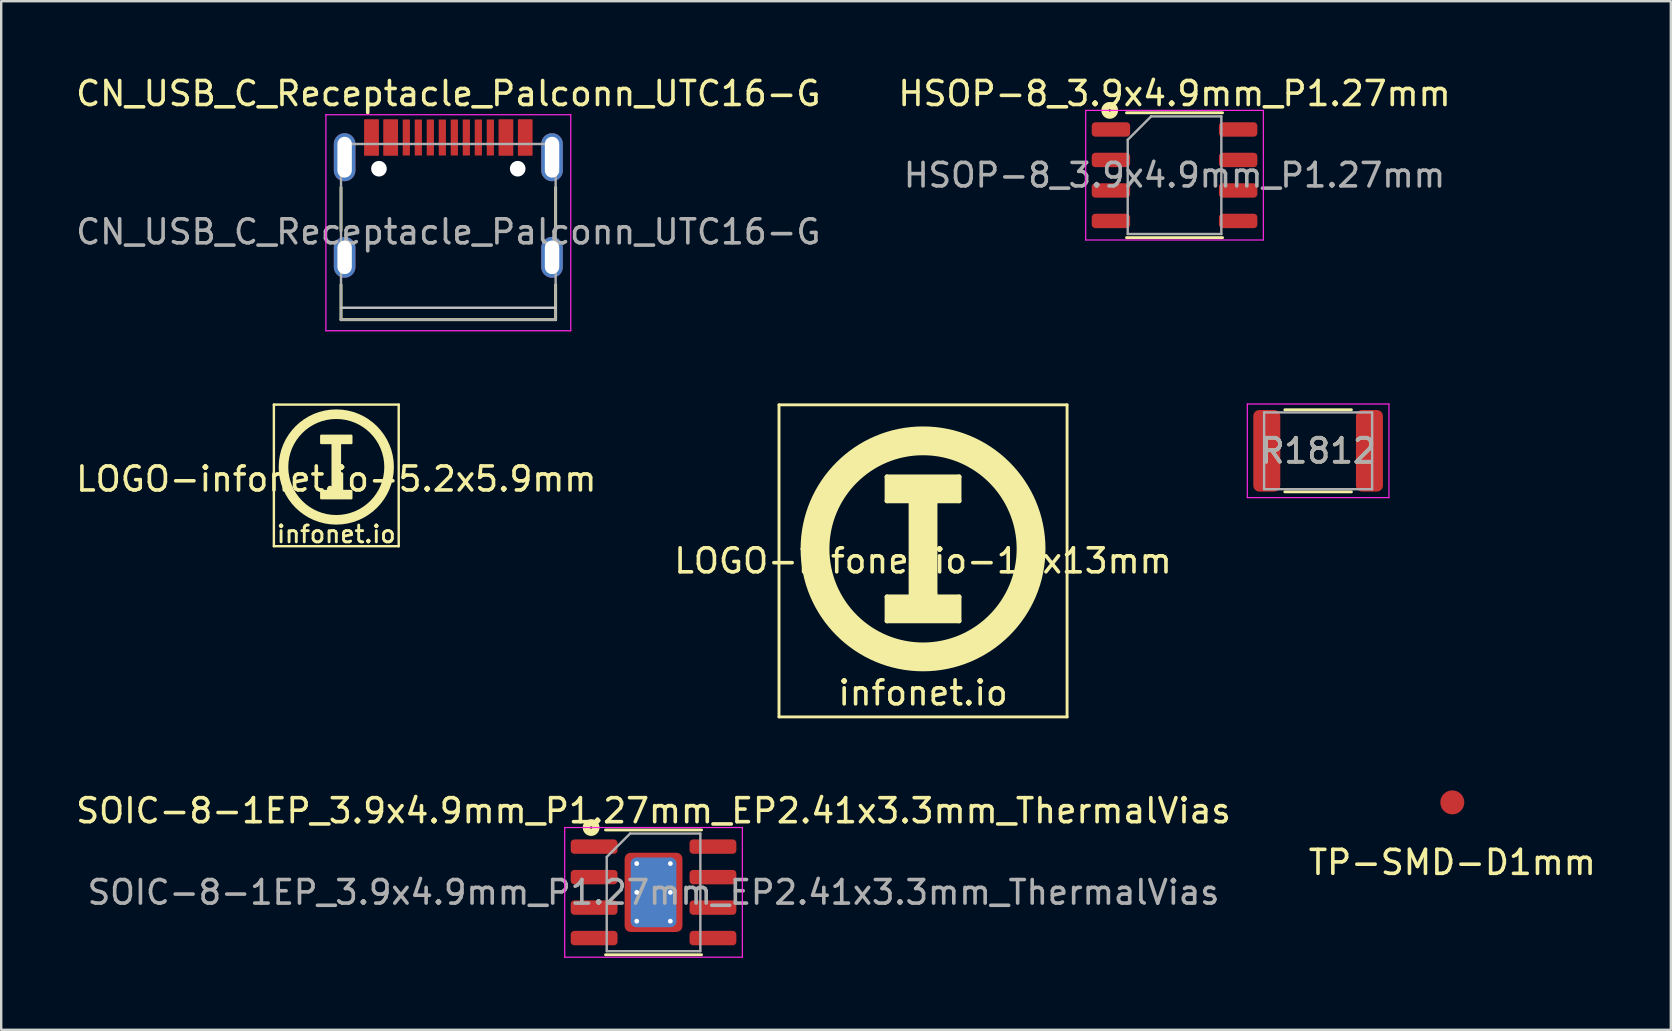
<source format=kicad_pcb>
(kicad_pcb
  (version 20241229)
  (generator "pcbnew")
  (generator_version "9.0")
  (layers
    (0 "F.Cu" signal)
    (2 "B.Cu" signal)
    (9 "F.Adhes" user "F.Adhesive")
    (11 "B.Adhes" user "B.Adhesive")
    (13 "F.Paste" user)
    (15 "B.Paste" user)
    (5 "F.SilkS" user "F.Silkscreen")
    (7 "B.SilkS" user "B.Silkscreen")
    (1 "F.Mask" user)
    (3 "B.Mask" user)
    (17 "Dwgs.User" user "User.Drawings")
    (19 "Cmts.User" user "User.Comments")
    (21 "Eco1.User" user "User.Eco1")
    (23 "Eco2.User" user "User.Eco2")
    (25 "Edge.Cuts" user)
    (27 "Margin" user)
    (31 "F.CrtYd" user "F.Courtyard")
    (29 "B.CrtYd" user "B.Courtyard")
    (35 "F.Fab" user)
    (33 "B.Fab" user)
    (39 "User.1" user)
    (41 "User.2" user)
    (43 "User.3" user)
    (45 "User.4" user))
  (footprint "LOGO-infonet.io-5.2x5.9mm"
    (layer "F.Cu")
    (at 10.958 16.403)
    (property "Reference" "LOGO-infonet.io-5.2x5.9mm" (at 0 0.5 0) (layer "F.SilkS") (effects (font (size 1 1) (thickness 0.15))))
    (attr through_hole)
    (fp_line (start -2.6 -2.6) (end 2.6 -2.6) (stroke (width 0.1) (type solid)) (layer "F.SilkS"))
    (fp_line (start -2.6 3.3) (end -2.6 -2.6) (stroke (width 0.1) (type solid)) (layer "F.SilkS"))
    (fp_line (start 2.6 -2.6) (end 2.6 3.3) (stroke (width 0.1) (type solid)) (layer "F.SilkS"))
    (fp_line (start 2.6 3.3) (end -2.6 3.3) (stroke (width 0.1) (type solid)) (layer "F.SilkS"))
    (fp_circle (center 0 0) (end 2.2 0) (stroke (width 0.4) (type solid)) (fill no) (layer "F.SilkS"))
    (fp_poly (pts (xy -0.625 -1.3) (xy -0.625 -1) (xy -0.15 -1) (xy -0.15 1) (xy -0.625 1) (xy -0.625 1.3) (xy 0.625 1.3) (xy 0.625 1) (xy 0.15 1) (xy 0.15 -1) (xy 0.625 -1) (xy 0.625 -1.3)) (stroke (width 0.1) (type solid)) (fill yes) (layer "F.SilkS"))
    (fp_text user "infonet.io" (at 0 2.8 0) (layer "F.SilkS") (effects (font (size 0.7 0.7) (thickness 0.12)))))
  (footprint "SOIC-8-1EP_3.9x4.9mm_P1.27mm_EP2.41x3.3mm_ThermalVias"
    (layer "F.Cu")
    (at 24.173 34.121)
    (property "Reference" "SOIC-8-1EP_3.9x4.9mm_P1.27mm_EP2.41x3.3mm_ThermalVias" (at 0 -3.4 0) (layer "F.SilkS") (effects (font (size 1 1) (thickness 0.15))))
    (attr smd)
    (fp_line (start -2 -2.6) (end 2 -2.6) (stroke (width 0.12) (type solid)) (layer "F.SilkS"))
    (fp_line (start -2 2.6) (end 2 2.6) (stroke (width 0.12) (type solid)) (layer "F.SilkS"))
    (fp_circle (center -2.6 -2.7) (end -2.4 -2.7) (stroke (width 0.3) (type solid)) (fill no) (layer "F.SilkS"))
    (fp_line (start -3.7 -2.7) (end -3.7 2.7) (stroke (width 0.05) (type solid)) (layer "F.CrtYd"))
    (fp_line (start -3.7 2.7) (end 3.7 2.7) (stroke (width 0.05) (type solid)) (layer "F.CrtYd"))
    (fp_line (start 3.7 -2.7) (end -3.7 -2.7) (stroke (width 0.05) (type solid)) (layer "F.CrtYd"))
    (fp_line (start 3.7 2.7) (end 3.7 -2.7) (stroke (width 0.05) (type solid)) (layer "F.CrtYd"))
    (fp_line (start -1.95 -1.475) (end -0.975 -2.45) (stroke (width 0.1) (type solid)) (layer "F.Fab"))
    (fp_line (start -1.95 2.45) (end -1.95 -1.475) (stroke (width 0.1) (type solid)) (layer "F.Fab"))
    (fp_line (start -0.975 -2.45) (end 1.95 -2.45) (stroke (width 0.1) (type solid)) (layer "F.Fab"))
    (fp_line (start 1.95 -2.45) (end 1.95 2.45) (stroke (width 0.1) (type solid)) (layer "F.Fab"))
    (fp_line (start 1.95 2.45) (end -1.95 2.45) (stroke (width 0.1) (type solid)) (layer "F.Fab"))
    (fp_text user "${REFERENCE}" (at 0 0 0) (layer "F.Fab") (effects (font (size 0.98 0.98) (thickness 0.15))))
    (pad "" smd roundrect (at -0.6 -0.825) (size 1.01 1.38) (layers "F.Paste") (roundrect_rratio 0.248))
    (pad "" smd roundrect (at -0.6 0.825) (size 1.01 1.38) (layers "F.Paste") (roundrect_rratio 0.248))
    (pad "" smd roundrect (at 0.6 -0.825) (size 1.01 1.38) (layers "F.Paste") (roundrect_rratio 0.248))
    (pad "" smd roundrect (at 0.6 0.825) (size 1.01 1.38) (layers "F.Paste") (roundrect_rratio 0.248))
    (pad "1" smd roundrect (at -2.475 -1.905) (size 1.95 0.6) (layers "F.Cu" "F.Mask" "F.Paste") (roundrect_rratio 0.25))
    (pad "2" smd roundrect (at -2.475 -0.635) (size 1.95 0.6) (layers "F.Cu" "F.Mask" "F.Paste") (roundrect_rratio 0.25))
    (pad "3" smd roundrect (at -2.475 0.635) (size 1.95 0.6) (layers "F.Cu" "F.Mask" "F.Paste") (roundrect_rratio 0.25))
    (pad "4" smd roundrect (at -2.475 1.905) (size 1.95 0.6) (layers "F.Cu" "F.Mask" "F.Paste") (roundrect_rratio 0.25))
    (pad "5" smd roundrect (at 2.475 1.905) (size 1.95 0.6) (layers "F.Cu" "F.Mask" "F.Paste") (roundrect_rratio 0.25))
    (pad "6" smd roundrect (at 2.475 0.635) (size 1.95 0.6) (layers "F.Cu" "F.Mask" "F.Paste") (roundrect_rratio 0.25))
    (pad "7" smd roundrect (at 2.475 -0.635) (size 1.95 0.6) (layers "F.Cu" "F.Mask" "F.Paste") (roundrect_rratio 0.25))
    (pad "8" smd roundrect (at 2.475 -1.905) (size 1.95 0.6) (layers "F.Cu" "F.Mask" "F.Paste") (roundrect_rratio 0.25))
    (pad "9" thru_hole circle (at -0.7 -1.2) (size 0.5 0.5) (drill 0.2) (layers "*.Cu"))
    (pad "9" thru_hole circle (at -0.7 0) (size 0.5 0.5) (drill 0.2) (layers "*.Cu"))
    (pad "9" thru_hole circle (at -0.7 1.2) (size 0.5 0.5) (drill 0.2) (layers "*.Cu"))
    (pad "9" smd roundrect (at 0 0) (size 1.9 2.9) (layers "B.Cu") (roundrect_rratio 0.132))
    (pad "9" smd roundrect (at 0 0) (size 2.41 3.3) (layers "F.Cu" "F.Mask") (roundrect_rratio 0.104))
    (pad "9" thru_hole circle (at 0.7 -1.2) (size 0.5 0.5) (drill 0.2) (layers "*.Cu"))
    (pad "9" thru_hole circle (at 0.7 0) (size 0.5 0.5) (drill 0.2) (layers "*.Cu"))
    (pad "9" thru_hole circle (at 0.7 1.2) (size 0.5 0.5) (drill 0.2) (layers "*.Cu")))
  (footprint "LOGO-infonet.io-12x13mm"
    (layer "F.Cu")
    (at 35.399 19.813)
    (property "Reference" "LOGO-infonet.io-12x13mm" (at 0 0.5 0) (layer "F.SilkS") (effects (font (size 1 1) (thickness 0.15))))
    (attr through_hole)
    (fp_line (start -6 -6) (end 6 -6) (stroke (width 0.12) (type solid)) (layer "F.SilkS"))
    (fp_line (start -6 7) (end -6 -6) (stroke (width 0.12) (type solid)) (layer "F.SilkS"))
    (fp_line (start -1.5 -3) (end -1.5 -2) (stroke (width 0.2) (type solid)) (layer "F.SilkS"))
    (fp_line (start -1.5 -2) (end -0.5 -2) (stroke (width 0.2) (type solid)) (layer "F.SilkS"))
    (fp_line (start -1.5 2) (end -1.5 3) (stroke (width 0.2) (type solid)) (layer "F.SilkS"))
    (fp_line (start -1.5 3) (end 1.5 3) (stroke (width 0.2) (type solid)) (layer "F.SilkS"))
    (fp_line (start -0.5 -2) (end -0.5 2) (stroke (width 0.2) (type solid)) (layer "F.SilkS"))
    (fp_line (start -0.5 2) (end -1.5 2) (stroke (width 0.2) (type solid)) (layer "F.SilkS"))
    (fp_line (start 0.5 -2) (end 0.5 1.9) (stroke (width 0.2) (type solid)) (layer "F.SilkS"))
    (fp_line (start 0.5 -2) (end 1.5 -2) (stroke (width 0.2) (type solid)) (layer "F.SilkS"))
    (fp_line (start 0.5 1.9) (end 0.5 2) (stroke (width 0.2) (type solid)) (layer "F.SilkS"))
    (fp_line (start 1.5 -3) (end -1.5 -3) (stroke (width 0.2) (type solid)) (layer "F.SilkS"))
    (fp_line (start 1.5 -2) (end 1.5 -3) (stroke (width 0.2) (type solid)) (layer "F.SilkS"))
    (fp_line (start 1.5 2) (end 0.5 2) (stroke (width 0.2) (type solid)) (layer "F.SilkS"))
    (fp_line (start 1.5 3) (end 1.5 2) (stroke (width 0.2) (type solid)) (layer "F.SilkS"))
    (fp_line (start 6 -6) (end 6 7) (stroke (width 0.12) (type solid)) (layer "F.SilkS"))
    (fp_line (start 6 7) (end -6 7) (stroke (width 0.12) (type solid)) (layer "F.SilkS"))
    (fp_circle (center 0 0) (end 4 0) (stroke (width 0.2) (type solid)) (fill no) (layer "F.SilkS"))
    (fp_circle (center 0 0) (end 4.5 0) (stroke (width 1) (type solid)) (fill no) (layer "F.SilkS"))
    (fp_circle (center 0 0) (end 5 0) (stroke (width 0.2) (type solid)) (fill no) (layer "F.SilkS"))
    (fp_poly (pts (xy -1.5 -2) (xy -1.5 -3) (xy 1.5 -3) (xy 1.5 -2) (xy 0.5 -2) (xy 0.5 2) (xy 1.5 2) (xy 1.5 3) (xy -1.5 3) (xy -1.5 2) (xy -0.5 2) (xy -0.5 -2)) (stroke (width 0.1) (type solid)) (fill yes) (layer "F.SilkS"))
    (fp_text user "infonet.io" (at 0 6 0) (layer "F.SilkS") (effects (font (size 1 1) (thickness 0.15)))))
  (footprint "CN_USB_C_Receptacle_Palconn_UTC16-G"
    (layer "F.Cu")
    (at 15.625 5.428)
    (property "Reference" "CN_USB_C_Receptacle_Palconn_UTC16-G" (at 0 -4.58 0) (layer "F.SilkS") (effects (font (size 1 1) (thickness 0.15))))
    (attr smd)
    (fp_line (start -4.47 -0.67) (end -4.47 1.13) (stroke (width 0.12) (type solid)) (layer "F.SilkS"))
    (fp_line (start -4.47 4.84) (end -4.47 3.38) (stroke (width 0.12) (type solid)) (layer "F.SilkS"))
    (fp_line (start 4.47 -0.67) (end 4.47 1.13) (stroke (width 0.12) (type solid)) (layer "F.SilkS"))
    (fp_line (start 4.47 4.84) (end -4.47 4.84) (stroke (width 0.12) (type solid)) (layer "F.SilkS"))
    (fp_line (start 4.47 4.84) (end 4.47 3.38) (stroke (width 0.12) (type solid)) (layer "F.SilkS"))
    (fp_line (start -4.47 4.34) (end 4.47 4.34) (stroke (width 0.1) (type solid)) (layer "Dwgs.User"))
    (fp_line (start -5.1 -3.7) (end -5.1 5.3) (stroke (width 0.05) (type solid)) (layer "F.CrtYd"))
    (fp_line (start -5.1 5.3) (end 5.1 5.3) (stroke (width 0.05) (type solid)) (layer "F.CrtYd"))
    (fp_line (start 5.1 -3.7) (end -5.1 -3.7) (stroke (width 0.05) (type solid)) (layer "F.CrtYd"))
    (fp_line (start 5.1 5.3) (end 5.1 -3.7) (stroke (width 0.05) (type solid)) (layer "F.CrtYd"))
    (fp_line (start -4.47 -2.48) (end -4.47 4.84) (stroke (width 0.1) (type solid)) (layer "F.Fab"))
    (fp_line (start -4.47 -2.48) (end 4.47 -2.48) (stroke (width 0.1) (type solid)) (layer "F.Fab"))
    (fp_line (start 4.47 -2.48) (end 4.47 4.84) (stroke (width 0.1) (type solid)) (layer "F.Fab"))
    (fp_line (start 4.47 4.84) (end -4.47 4.84) (stroke (width 0.1) (type solid)) (layer "F.Fab"))
    (fp_text user "${REFERENCE}" (at 0 1.18 0) (layer "F.Fab") (effects (font (size 1 1) (thickness 0.15))))
    (pad "" np_thru_hole circle (at -2.89 -1.45 180) (size 0.65 0.65) (drill 0.65) (layers "*.Cu" "*.Mask"))
    (pad "" np_thru_hole circle (at 2.89 -1.45 180) (size 0.65 0.65) (drill 0.65) (layers "*.Cu" "*.Mask"))
    (pad "A1" smd rect (at -3.2 -2.75) (size 0.6 1.5) (layers "F.Cu" "F.Mask" "F.Paste"))
    (pad "A4" smd rect (at -2.4 -2.75) (size 0.6 1.5) (layers "F.Cu" "F.Mask" "F.Paste"))
    (pad "A5" smd rect (at -1.25 -2.75 180) (size 0.3 1.5) (layers "F.Cu" "F.Mask" "F.Paste"))
    (pad "A6" smd rect (at -0.25 -2.75 180) (size 0.3 1.5) (layers "F.Cu" "F.Mask" "F.Paste"))
    (pad "A7" smd rect (at 0.25 -2.75 180) (size 0.3 1.5) (layers "F.Cu" "F.Mask" "F.Paste"))
    (pad "A8" smd rect (at 1.25 -2.75 180) (size 0.3 1.5) (layers "F.Cu" "F.Mask" "F.Paste"))
    (pad "A9" smd rect (at 2.4 -2.75) (size 0.6 1.5) (layers "F.Cu" "F.Mask" "F.Paste"))
    (pad "A12" smd rect (at 3.2 -2.75) (size 0.6 1.5) (layers "F.Cu" "F.Mask" "F.Paste"))
    (pad "B1" smd rect (at 3.2 -2.75) (size 0.6 1.5) (layers "F.Cu" "F.Mask" "F.Paste"))
    (pad "B4" smd rect (at 2.4 -2.75) (size 0.6 1.5) (layers "F.Cu" "F.Mask" "F.Paste"))
    (pad "B5" smd rect (at 1.75 -2.75 180) (size 0.3 1.5) (layers "F.Cu" "F.Mask" "F.Paste"))
    (pad "B6" smd rect (at 0.75 -2.75 180) (size 0.3 1.5) (layers "F.Cu" "F.Mask" "F.Paste"))
    (pad "B7" smd rect (at -0.75 -2.75 180) (size 0.3 1.5) (layers "F.Cu" "F.Mask" "F.Paste"))
    (pad "B8" smd rect (at -1.75 -2.75 180) (size 0.3 1.5) (layers "F.Cu" "F.Mask" "F.Paste"))
    (pad "B9" smd rect (at -2.4 -2.75) (size 0.6 1.5) (layers "F.Cu" "F.Mask" "F.Paste"))
    (pad "B12" smd rect (at -3.2 -2.75) (size 0.6 1.5) (layers "F.Cu" "F.Mask" "F.Paste"))
    (pad "S1" thru_hole oval (at -4.32 -1.93 90) (size 2 0.9) (drill oval 1.7 0.6) (layers "*.Cu" "*.Mask"))
    (pad "S1" thru_hole oval (at -4.32 2.24 90) (size 1.7 0.9) (drill oval 1.4 0.6) (layers "*.Cu" "*.Mask"))
    (pad "S1" thru_hole oval (at 4.32 -1.93 90) (size 2 0.9) (drill oval 1.7 0.6) (layers "*.Cu" "*.Mask"))
    (pad "S1" thru_hole oval (at 4.32 2.24 90) (size 1.7 0.9) (drill oval 1.4 0.6) (layers "*.Cu" "*.Mask")))
  (footprint "R1812"
    (layer "F.Cu")
    (at 51.856 15.728)
    (property "Reference" "R1812" (at 0 0 0) (layer "F.SilkS") (effects (font (size 1 1) (thickness 0.15))))
    (attr smd)
    (fp_line (start -1.386 -1.71) (end 1.386 -1.71) (stroke (width 0.12) (type solid)) (layer "F.SilkS"))
    (fp_line (start -1.386 1.71) (end 1.386 1.71) (stroke (width 0.12) (type solid)) (layer "F.SilkS"))
    (fp_line (start -2.95 -1.95) (end 2.95 -1.95) (stroke (width 0.05) (type solid)) (layer "F.CrtYd"))
    (fp_line (start -2.95 1.95) (end -2.95 -1.95) (stroke (width 0.05) (type solid)) (layer "F.CrtYd"))
    (fp_line (start 2.95 -1.95) (end 2.95 1.95) (stroke (width 0.05) (type solid)) (layer "F.CrtYd"))
    (fp_line (start 2.95 1.95) (end -2.95 1.95) (stroke (width 0.05) (type solid)) (layer "F.CrtYd"))
    (fp_line (start -2.25 -1.6) (end 2.25 -1.6) (stroke (width 0.1) (type solid)) (layer "F.Fab"))
    (fp_line (start -2.25 1.6) (end -2.25 -1.6) (stroke (width 0.1) (type solid)) (layer "F.Fab"))
    (fp_line (start 2.25 -1.6) (end 2.25 1.6) (stroke (width 0.1) (type solid)) (layer "F.Fab"))
    (fp_line (start 2.25 1.6) (end -2.25 1.6) (stroke (width 0.1) (type solid)) (layer "F.Fab"))
    (fp_text user "${REFERENCE}" (at 0 0 0) (layer "F.Fab") (effects (font (size 1 1) (thickness 0.15))))
    (pad "1" smd roundrect (at -2.138 0) (size 1.125 3.4) (layers "F.Cu" "F.Mask" "F.Paste") (roundrect_rratio 0.222))
    (pad "2" smd roundrect (at 2.138 0) (size 1.125 3.4) (layers "F.Cu" "F.Mask" "F.Paste") (roundrect_rratio 0.222)))
  (footprint "TP-SMD-D1mm"
    (layer "F.Cu")
    (at 57.446 30.373)
    (property "Reference" "TP-SMD-D1mm" (at 0 2.5 0) (layer "F.SilkS") (effects (font (size 1 1) (thickness 0.15))))
    (attr through_hole)
    (pad "1" smd circle (at 0 0) (size 1 1) (layers "F.Cu" "F.Mask" "F.Paste")))
  (footprint "HSOP-8_3.9x4.9mm_P1.27mm"
    (layer "F.Cu")
    (at 45.875 4.248)
    (property "Reference" "HSOP-8_3.9x4.9mm_P1.27mm" (at 0 -3.4 0) (layer "F.SilkS") (effects (font (size 1 1) (thickness 0.15))))
    (attr smd)
    (fp_line (start -2 -2.6) (end 2 -2.6) (stroke (width 0.12) (type solid)) (layer "F.SilkS"))
    (fp_line (start -2 2.6) (end 2 2.6) (stroke (width 0.12) (type solid)) (layer "F.SilkS"))
    (fp_circle (center -2.7 -2.7) (end -2.5 -2.7) (stroke (width 0.3) (type solid)) (fill no) (layer "F.SilkS"))
    (fp_line (start -3.7 -2.7) (end -3.7 2.7) (stroke (width 0.05) (type solid)) (layer "F.CrtYd"))
    (fp_line (start -3.7 2.7) (end 3.7 2.7) (stroke (width 0.05) (type solid)) (layer "F.CrtYd"))
    (fp_line (start 3.7 -2.7) (end -3.7 -2.7) (stroke (width 0.05) (type solid)) (layer "F.CrtYd"))
    (fp_line (start 3.7 2.7) (end 3.7 -2.7) (stroke (width 0.05) (type solid)) (layer "F.CrtYd"))
    (fp_line (start -1.95 -1.475) (end -0.975 -2.45) (stroke (width 0.1) (type solid)) (layer "F.Fab"))
    (fp_line (start -1.95 2.45) (end -1.95 -1.475) (stroke (width 0.1) (type solid)) (layer "F.Fab"))
    (fp_line (start -0.975 -2.45) (end 1.95 -2.45) (stroke (width 0.1) (type solid)) (layer "F.Fab"))
    (fp_line (start 1.95 -2.45) (end 1.95 2.45) (stroke (width 0.1) (type solid)) (layer "F.Fab"))
    (fp_line (start 1.95 2.45) (end -1.95 2.45) (stroke (width 0.1) (type solid)) (layer "F.Fab"))
    (fp_text user "${REFERENCE}" (at 0 0 0) (layer "F.Fab") (effects (font (size 0.98 0.98) (thickness 0.15))))
    (pad "1" smd roundrect (at -2.65 -1.905) (size 1.6 0.6) (layers "F.Cu" "F.Mask" "F.Paste") (roundrect_rratio 0.25))
    (pad "2" smd roundrect (at -2.65 -0.635) (size 1.6 0.6) (layers "F.Cu" "F.Mask" "F.Paste") (roundrect_rratio 0.25))
    (pad "3" smd roundrect (at -2.65 0.635) (size 1.6 0.6) (layers "F.Cu" "F.Mask" "F.Paste") (roundrect_rratio 0.25))
    (pad "4" smd roundrect (at -2.65 1.905) (size 1.6 0.6) (layers "F.Cu" "F.Mask" "F.Paste") (roundrect_rratio 0.25))
    (pad "5" smd roundrect (at 2.65 1.905) (size 1.6 0.6) (layers "F.Cu" "F.Mask" "F.Paste") (roundrect_rratio 0.25))
    (pad "6" smd roundrect (at 2.65 0.635) (size 1.6 0.6) (layers "F.Cu" "F.Mask" "F.Paste") (roundrect_rratio 0.25))
    (pad "7" smd roundrect (at 2.65 -0.635) (size 1.6 0.6) (layers "F.Cu" "F.Mask" "F.Paste") (roundrect_rratio 0.25))
    (pad "8" smd roundrect (at 2.65 -1.905) (size 1.6 0.6) (layers "F.Cu" "F.Mask" "F.Paste") (roundrect_rratio 0.25)))
  (gr_rect
    (start -3 -3)
    (end 66.548 39.846)
    (stroke (width 0.1) (type default))
    (fill no)
    (layer "Edge.Cuts")))
</source>
